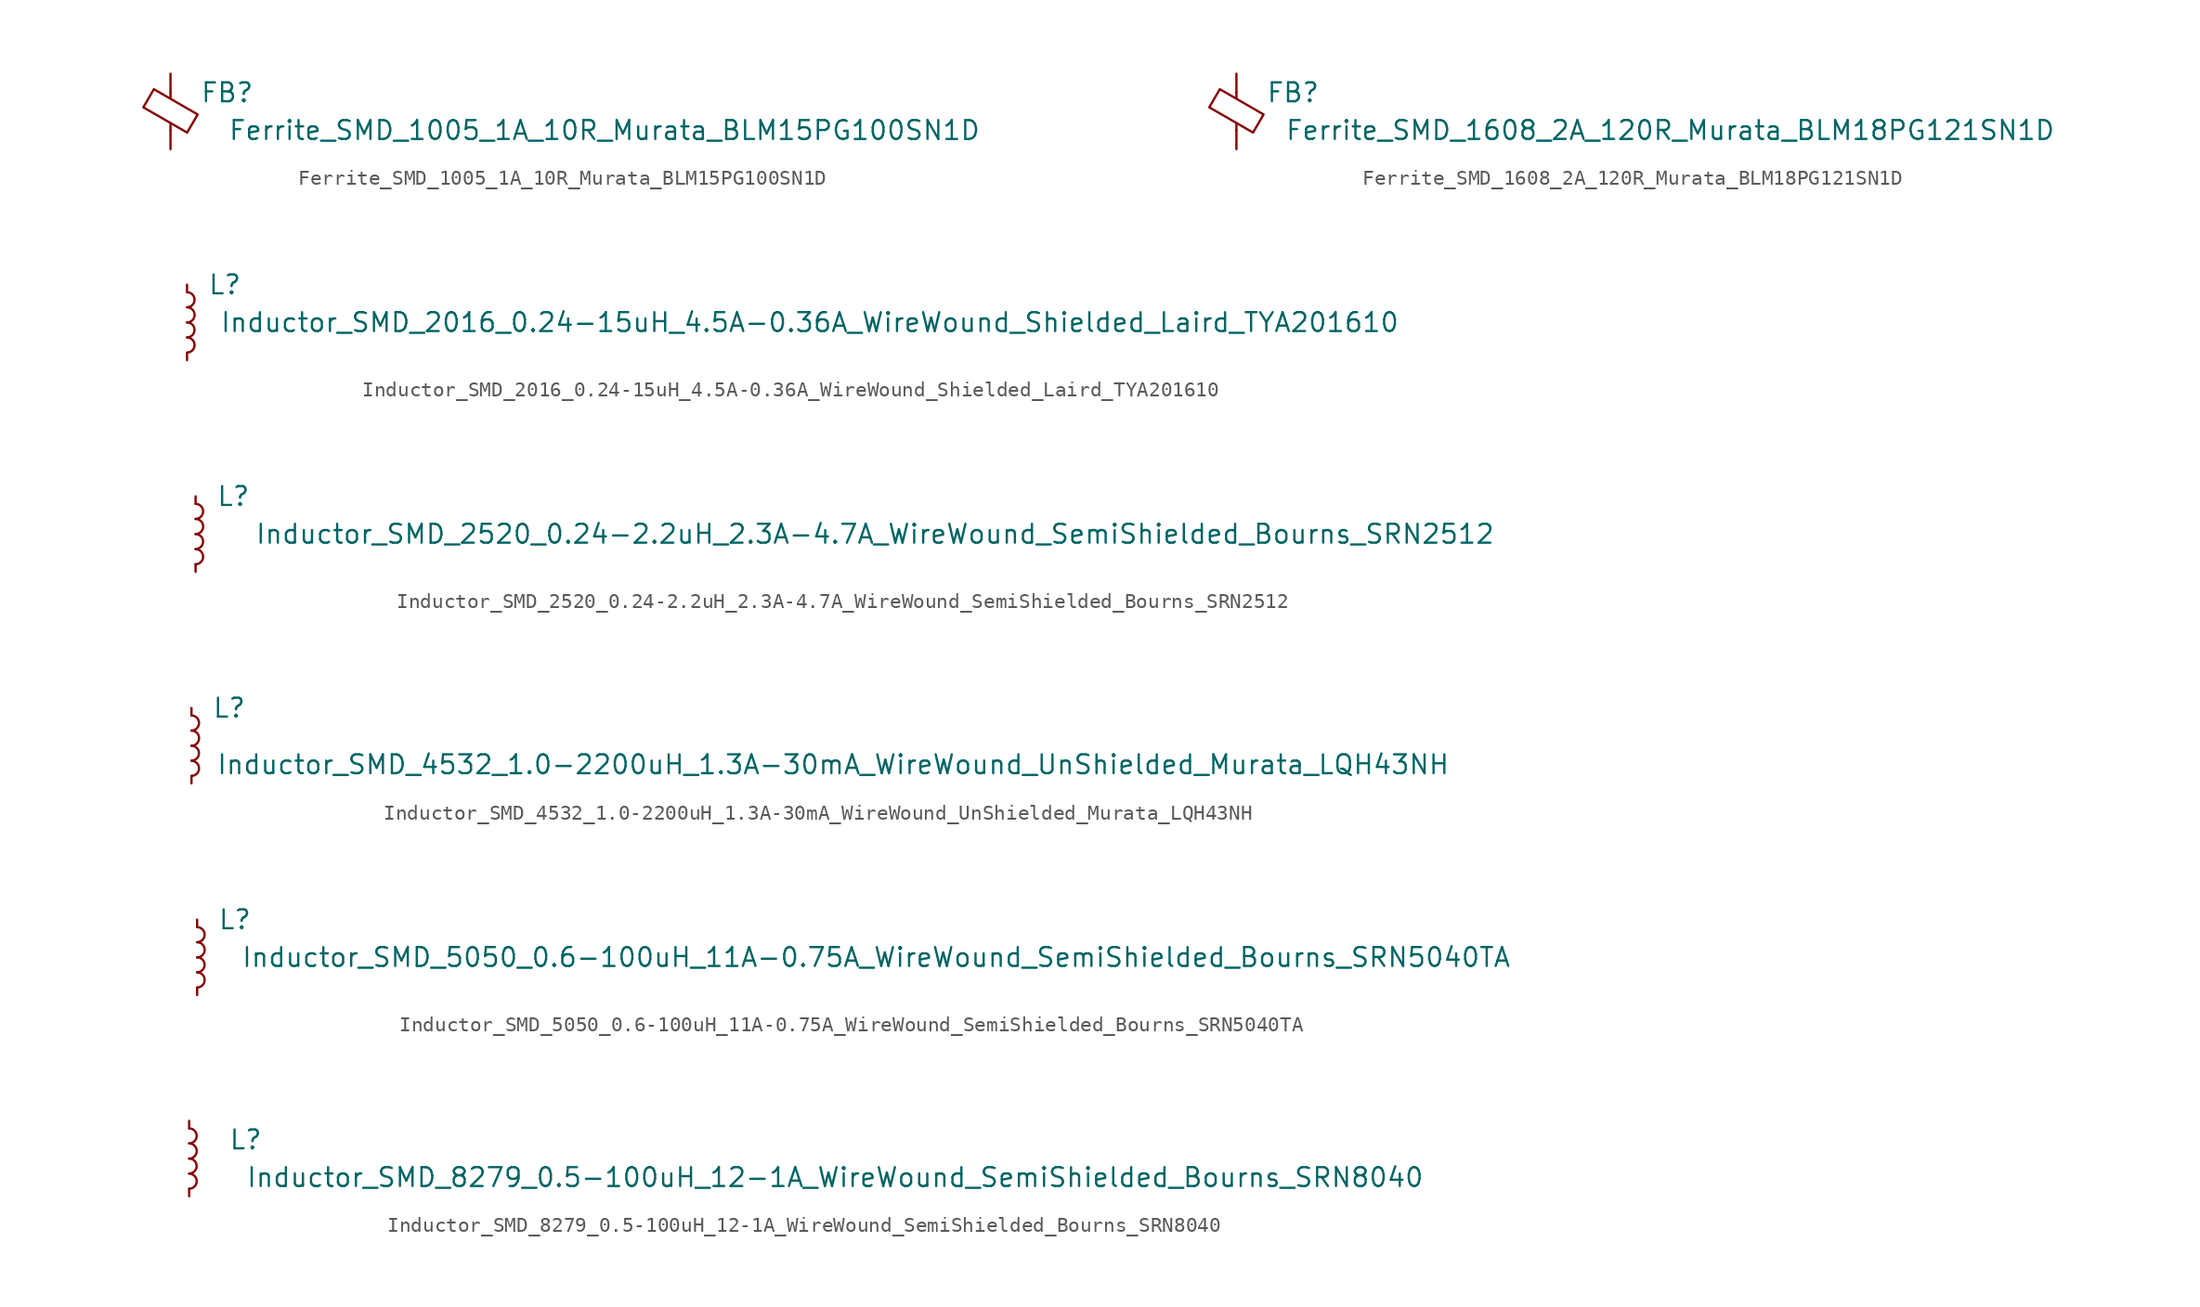
<source format=kicad_sym>
(kicad_symbol_lib
  (version 20220914)
  (generator kicad_symbol_editor)
  (symbol "Ferrite_SMD_1005_1A_10R_Murata_BLM15PG100SN1D"
    (pin_numbers hide)
    (pin_names
      (offset 1.27) hide)
    (property "Reference" "FB"
      (at 3.81 1.27 0)
      (effects (font (size 1.27 1.27))))
    (property "Value" "Ferrite_SMD_1005_1A_10R_Murata_BLM15PG100SN1D"
      (at 29.21 -1.27 0)
      (effects (font (size 1.27 1.27))))
    (symbol "Ferrite_SMD_1005_1A_10R_Murata_BLM15PG100SN1D_1_1"
      (polyline (pts (xy 0 -1.27) (xy 0 -0.787)) (stroke (width 0) (type default)) (fill (type none)))
      (polyline (pts (xy 0 0.889) (xy 0 1.295)) (stroke (width 0) (type default)) (fill (type none)))
      (polyline (pts (xy -1.829 0.279) (xy -1.118 1.499) (xy 1.829 -0.203) (xy 1.118 -1.422) (xy -1.829 0.279)) (stroke (width 0) (type default)) (fill (type none)))
      (pin passive line (at 0 2.54 270) (length 1.27) (name "~" (effects (font (size 1.27 1.27)))) (number "1" (effects (font (size 1.27 1.27)))))
      (pin passive line (at 0 -2.54 90) (length 1.27) (name "~" (effects (font (size 1.27 1.27)))) (number "2" (effects (font (size 1.27 1.27)))))))
  (symbol "Ferrite_SMD_1608_2A_120R_Murata_BLM18PG121SN1D"
    (pin_numbers hide)
    (pin_names
      (offset 1.27) hide)
    (property "Reference" "FB"
      (at 3.81 1.27 0)
      (effects (font (size 1.27 1.27))))
    (property "Value" "Ferrite_SMD_1608_2A_120R_Murata_BLM18PG121SN1D"
      (at 29.21 -1.27 0)
      (effects (font (size 1.27 1.27))))
    (symbol "Ferrite_SMD_1608_2A_120R_Murata_BLM18PG121SN1D_1_1"
      (polyline (pts (xy 0 -1.27) (xy 0 -0.787)) (stroke (width 0) (type default)) (fill (type none)))
      (polyline (pts (xy 0 0.889) (xy 0 1.295)) (stroke (width 0) (type default)) (fill (type none)))
      (polyline (pts (xy -1.829 0.279) (xy -1.118 1.499) (xy 1.829 -0.203) (xy 1.118 -1.422) (xy -1.829 0.279)) (stroke (width 0) (type default)) (fill (type none)))
      (pin passive line (at 0 2.54 270) (length 1.27) (name "~" (effects (font (size 1.27 1.27)))) (number "1" (effects (font (size 1.27 1.27)))))
      (pin passive line (at 0 -2.54 90) (length 1.27) (name "~" (effects (font (size 1.27 1.27)))) (number "2" (effects (font (size 1.27 1.27)))))))
  (symbol "Inductor_SMD_2016_0.24-15uH_4.5A-0.36A_WireWound_Shielded_Laird_TYA201610"
    (pin_numbers hide)
    (pin_names
      (offset 1.27) hide)
    (property "Reference" "L"
      (at 2.54 2.54 0)
      (effects (font (size 1.27 1.27))))
    (property "Value" "Inductor_SMD_2016_0.24-15uH_4.5A-0.36A_WireWound_Shielded_Laird_TYA201610"
      (at 41.91 0 0)
      (effects (font (size 1.27 1.27))))
    (symbol "Inductor_SMD_2016_0.24-15uH_4.5A-0.36A_WireWound_Shielded_Laird_TYA201610_1_1"
      (arc (start 0 -2.032) (mid 0.5058 -1.524) (end 0 -1.016) (stroke (width 0) (type default)) (fill (type none)))
      (arc (start 0 -1.016) (mid 0.5058 -0.508) (end 0 0) (stroke (width 0) (type default)) (fill (type none)))
      (arc (start 0 0) (mid 0.5058 0.508) (end 0 1.016) (stroke (width 0) (type default)) (fill (type none)))
      (arc (start 0 1.016) (mid 0.5058 1.524) (end 0 2.032) (stroke (width 0) (type default)) (fill (type none)))
      (pin passive line (at 0 2.54 270) (length 0.508) (name "~" (effects (font (size 1.27 1.27)))) (number "1" (effects (font (size 1.27 1.27)))))
      (pin passive line (at 0 -2.54 90) (length 0.508) (name "~" (effects (font (size 1.27 1.27)))) (number "2" (effects (font (size 1.27 1.27)))))))
  (symbol "Inductor_SMD_2520_0.24-2.2uH_2.3A-4.7A_WireWound_SemiShielded_Bourns_SRN2512"
    (pin_numbers hide)
    (pin_names
      (offset 1.27) hide)
    (property "Reference" "L"
      (at 2.54 2.54 0)
      (effects (font (size 1.27 1.27))))
    (property "Value" "Inductor_SMD_2520_0.24-2.2uH_2.3A-4.7A_WireWound_SemiShielded_Bourns_SRN2512"
      (at 45.72 0 0)
      (effects (font (size 1.27 1.27))))
    (symbol "Inductor_SMD_2520_0.24-2.2uH_2.3A-4.7A_WireWound_SemiShielded_Bourns_SRN2512_1_1"
      (arc (start 0 -2.032) (mid 0.5058 -1.524) (end 0 -1.016) (stroke (width 0) (type default)) (fill (type none)))
      (arc (start 0 -1.016) (mid 0.5058 -0.508) (end 0 0) (stroke (width 0) (type default)) (fill (type none)))
      (arc (start 0 0) (mid 0.5058 0.508) (end 0 1.016) (stroke (width 0) (type default)) (fill (type none)))
      (arc (start 0 1.016) (mid 0.5058 1.524) (end 0 2.032) (stroke (width 0) (type default)) (fill (type none)))
      (pin passive line (at 0 2.54 270) (length 0.508) (name "~" (effects (font (size 1.27 1.27)))) (number "1" (effects (font (size 1.27 1.27)))))
      (pin passive line (at 0 -2.54 90) (length 0.508) (name "~" (effects (font (size 1.27 1.27)))) (number "2" (effects (font (size 1.27 1.27)))))))
  (symbol "Inductor_SMD_4532_1.0-2200uH_1.3A-30mA_WireWound_UnShielded_Murata_LQH43NH"
    (pin_numbers hide)
    (pin_names
      (offset 1.27) hide)
    (property "Reference" "L"
      (at 2.54 2.54 0)
      (effects (font (size 1.27 1.27))))
    (property "Value" "Inductor_SMD_4532_1.0-2200uH_1.3A-30mA_WireWound_UnShielded_Murata_LQH43NH"
      (at 43.18 -1.27 0)
      (effects (font (size 1.27 1.27))))
    (symbol "Inductor_SMD_4532_1.0-2200uH_1.3A-30mA_WireWound_UnShielded_Murata_LQH43NH_1_1"
      (arc (start 0 -2.032) (mid 0.5058 -1.524) (end 0 -1.016) (stroke (width 0) (type default)) (fill (type none)))
      (arc (start 0 -1.016) (mid 0.5058 -0.508) (end 0 0) (stroke (width 0) (type default)) (fill (type none)))
      (arc (start 0 0) (mid 0.5058 0.508) (end 0 1.016) (stroke (width 0) (type default)) (fill (type none)))
      (arc (start 0 1.016) (mid 0.5058 1.524) (end 0 2.032) (stroke (width 0) (type default)) (fill (type none)))
      (pin passive line (at 0 2.54 270) (length 0.508) (name "~" (effects (font (size 1.27 1.27)))) (number "1" (effects (font (size 1.27 1.27)))))
      (pin passive line (at 0 -2.54 90) (length 0.508) (name "~" (effects (font (size 1.27 1.27)))) (number "2" (effects (font (size 1.27 1.27)))))))
  (symbol "Inductor_SMD_5050_0.6-100uH_11A-0.75A_WireWound_SemiShielded_Bourns_SRN5040TA"
    (pin_numbers hide)
    (pin_names
      (offset 1.27) hide)
    (property "Reference" "L"
      (at 2.54 2.54 0)
      (effects (font (size 1.27 1.27))))
    (property "Value" "Inductor_SMD_5050_0.6-100uH_11A-0.75A_WireWound_SemiShielded_Bourns_SRN5040TA"
      (at 45.72 0 0)
      (effects (font (size 1.27 1.27))))
    (symbol "Inductor_SMD_5050_0.6-100uH_11A-0.75A_WireWound_SemiShielded_Bourns_SRN5040TA_1_1"
      (arc (start 0 -2.032) (mid 0.5058 -1.524) (end 0 -1.016) (stroke (width 0) (type default)) (fill (type none)))
      (arc (start 0 -1.016) (mid 0.5058 -0.508) (end 0 0) (stroke (width 0) (type default)) (fill (type none)))
      (arc (start 0 0) (mid 0.5058 0.508) (end 0 1.016) (stroke (width 0) (type default)) (fill (type none)))
      (arc (start 0 1.016) (mid 0.5058 1.524) (end 0 2.032) (stroke (width 0) (type default)) (fill (type none)))
      (pin passive line (at 0 2.54 270) (length 0.508) (name "~" (effects (font (size 1.27 1.27)))) (number "1" (effects (font (size 1.27 1.27)))))
      (pin passive line (at 0 -2.54 90) (length 0.508) (name "~" (effects (font (size 1.27 1.27)))) (number "2" (effects (font (size 1.27 1.27)))))))
  (symbol "Inductor_SMD_8279_0.5-100uH_12-1A_WireWound_SemiShielded_Bourns_SRN8040"
    (pin_numbers hide)
    (pin_names
      (offset 1.27) hide)
    (property "Reference" "L"
      (at 3.81 1.27 0)
      (effects (font (size 1.27 1.27))))
    (property "Value" "Inductor_SMD_8279_0.5-100uH_12-1A_WireWound_SemiShielded_Bourns_SRN8040"
      (at 3.81 -1.27 0)
      (effects (font (size 1.27 1.27)) (justify left)))
    (symbol "Inductor_SMD_8279_0.5-100uH_12-1A_WireWound_SemiShielded_Bourns_SRN8040_1_1"
      (arc (start 0 -2.032) (mid 0.5058 -1.524) (end 0 -1.016) (stroke (width 0) (type default)) (fill (type none)))
      (arc (start 0 -1.016) (mid 0.5058 -0.508) (end 0 0) (stroke (width 0) (type default)) (fill (type none)))
      (arc (start 0 0) (mid 0.5058 0.508) (end 0 1.016) (stroke (width 0) (type default)) (fill (type none)))
      (arc (start 0 1.016) (mid 0.5058 1.524) (end 0 2.032) (stroke (width 0) (type default)) (fill (type none)))
      (pin passive line (at 0 2.54 270) (length 0.508) (name "~" (effects (font (size 1.27 1.27)))) (number "1" (effects (font (size 1.27 1.27)))))
      (pin passive line (at 0 -2.54 90) (length 0.508) (name "~" (effects (font (size 1.27 1.27)))) (number "2" (effects (font (size 1.27 1.27))))))))
</source>
